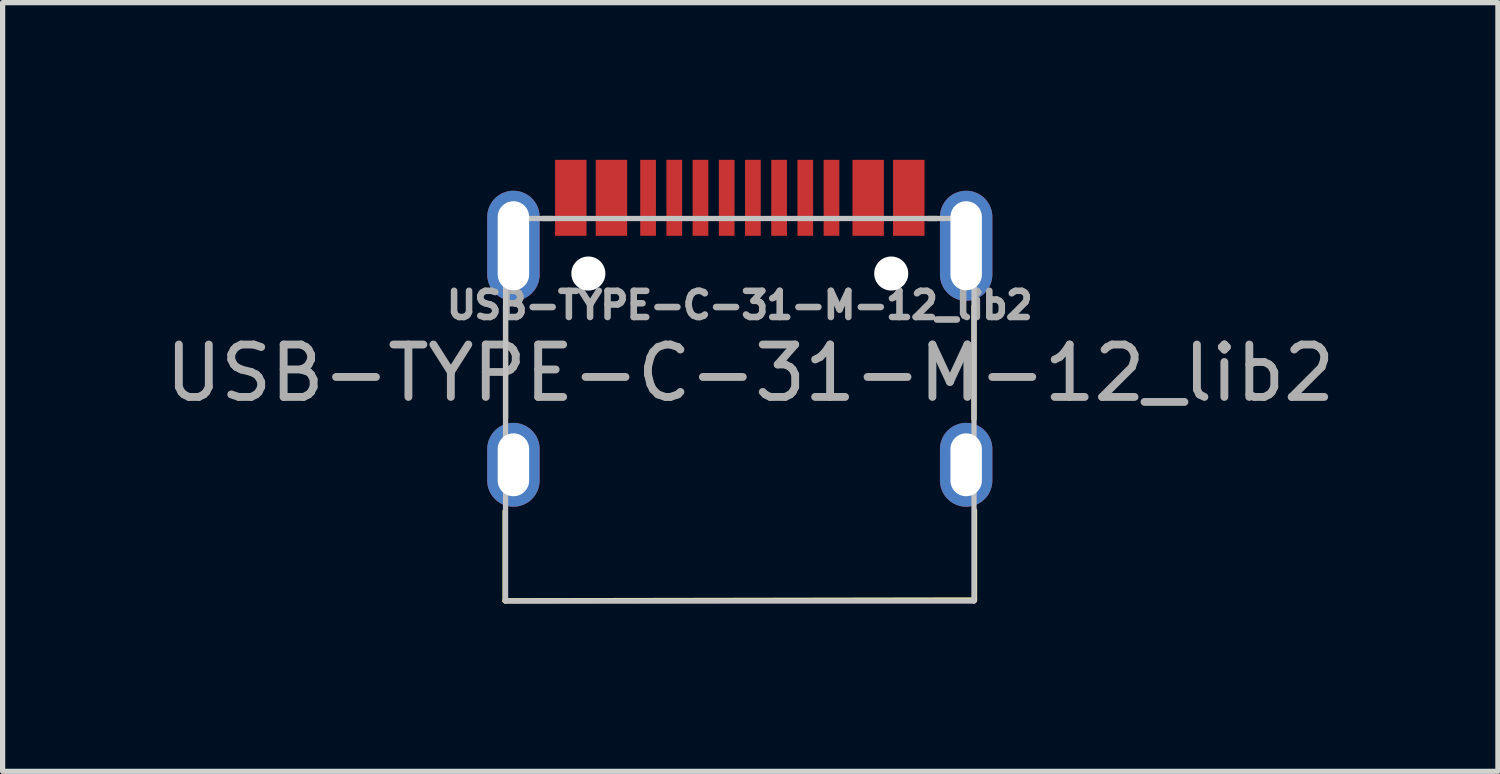
<source format=kicad_pcb>
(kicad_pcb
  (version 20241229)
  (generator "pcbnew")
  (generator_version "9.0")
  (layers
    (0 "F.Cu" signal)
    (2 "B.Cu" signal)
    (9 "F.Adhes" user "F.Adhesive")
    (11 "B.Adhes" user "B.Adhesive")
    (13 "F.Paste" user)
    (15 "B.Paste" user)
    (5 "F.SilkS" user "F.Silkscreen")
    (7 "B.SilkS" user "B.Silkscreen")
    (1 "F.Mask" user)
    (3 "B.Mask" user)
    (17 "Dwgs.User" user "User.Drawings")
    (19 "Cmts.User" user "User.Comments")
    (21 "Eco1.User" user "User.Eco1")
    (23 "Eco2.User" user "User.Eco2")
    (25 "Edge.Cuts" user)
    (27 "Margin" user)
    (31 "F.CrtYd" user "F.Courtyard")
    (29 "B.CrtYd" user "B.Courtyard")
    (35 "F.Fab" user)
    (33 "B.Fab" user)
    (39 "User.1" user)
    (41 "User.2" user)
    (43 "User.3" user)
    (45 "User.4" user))
  (footprint "USB-TYPE-C-31-M-12_lib2"
    (layer "F.Cu")
    (at 11.068 8.42)
    (property "Reference" "USB-TYPE-C-31-M-12_lib2" (at 0 -5.645 180) (layer "F.Fab") (effects (font (size 0.5 0.5) (thickness 0.125))))
    (attr smd)
    (fp_line (start -4.48 -0.005) (end -4.48 -1.715) (stroke (width 0.1) (type default)) (layer "F.SilkS"))
    (fp_line (start -4.48 -0.005) (end 4.48 -0.02) (stroke (width 0.1) (type default)) (layer "F.SilkS"))
    (fp_line (start -4.47 -3.49) (end -4.47 -5.64) (stroke (width 0.1) (type default)) (layer "F.SilkS"))
    (fp_line (start -3.76 -7.3) (end -3.58 -7.3) (stroke (width 0.1) (type default)) (layer "F.SilkS"))
    (fp_line (start 3.59 -7.3) (end 3.76 -7.3) (stroke (width 0.1) (type default)) (layer "F.SilkS"))
    (fp_line (start 4.47 -3.475) (end 4.47 -5.625) (stroke (width 0.1) (type default)) (layer "F.SilkS"))
    (fp_line (start 4.48 -0.02) (end 4.48 -1.73) (stroke (width 0.1) (type default)) (layer "F.SilkS"))
    (fp_line (start -4.47 -7.3) (end 4.47 -7.3) (stroke (width 0.1) (type solid)) (layer "Dwgs.User"))
    (fp_line (start -4.47 0) (end -4.47 -7.3) (stroke (width 0.1) (type solid)) (layer "Dwgs.User"))
    (fp_line (start -4.47 0) (end 4.47 0) (stroke (width 0.1) (type solid)) (layer "Dwgs.User"))
    (fp_line (start 4.47 0) (end 4.47 -7.3) (stroke (width 0.1) (type solid)) (layer "Dwgs.User"))
    (fp_text user "${REFERENCE}" (at 0.2 -4.35 180) (layer "F.Fab") (effects (font (size 1 1) (thickness 0.15))))
    (pad "" np_thru_hole circle (at -2.89 -6.25) (size 0.65 0.65) (drill 0.65) (layers "*.Cu" "*.Mask"))
    (pad "" np_thru_hole circle (at 2.89 -6.25) (size 0.65 0.65) (drill 0.65) (layers "*.Cu" "*.Mask"))
    (pad "1" smd rect (at -3.225 -7.695) (size 0.6 1.45) (layers "F.Cu" "F.Mask" "F.Paste"))
    (pad "2" smd rect (at -2.45 -7.695) (size 0.6 1.45) (layers "F.Cu" "F.Mask" "F.Paste"))
    (pad "3" smd rect (at -1.75 -7.695) (size 0.3 1.45) (layers "F.Cu" "F.Mask" "F.Paste"))
    (pad "4" smd rect (at -1.25 -7.695) (size 0.3 1.45) (layers "F.Cu" "F.Mask" "F.Paste"))
    (pad "5" smd rect (at -0.75 -7.695) (size 0.3 1.45) (layers "F.Cu" "F.Mask" "F.Paste"))
    (pad "6" smd rect (at -0.25 -7.695) (size 0.3 1.45) (layers "F.Cu" "F.Mask" "F.Paste"))
    (pad "7" smd rect (at 0.25 -7.695) (size 0.3 1.45) (layers "F.Cu" "F.Mask" "F.Paste"))
    (pad "8" smd rect (at 0.75 -7.695) (size 0.3 1.45) (layers "F.Cu" "F.Mask" "F.Paste"))
    (pad "9" smd rect (at 1.25 -7.695) (size 0.3 1.45) (layers "F.Cu" "F.Mask" "F.Paste"))
    (pad "10" smd rect (at 1.75 -7.695) (size 0.3 1.45) (layers "F.Cu" "F.Mask" "F.Paste"))
    (pad "11" smd rect (at 2.45 -7.695) (size 0.6 1.45) (layers "F.Cu" "F.Mask" "F.Paste"))
    (pad "12" smd rect (at 3.225 -7.695) (size 0.6 1.45) (layers "F.Cu" "F.Mask" "F.Paste"))
    (pad "13" thru_hole oval (at -4.32 -6.78) (size 1 2.1) (drill oval 0.6 1.7) (layers "*.Cu" "*.Mask"))
    (pad "13" thru_hole oval (at -4.32 -2.6) (size 1 1.6) (drill oval 0.6 1.2) (layers "*.Cu" "*.Mask"))
    (pad "13" thru_hole oval (at 4.32 -6.78) (size 1 2.1) (drill oval 0.6 1.7) (layers "*.Cu" "*.Mask"))
    (pad "13" thru_hole oval (at 4.32 -2.6) (size 1 1.6) (drill oval 0.6 1.2) (layers "*.Cu" "*.Mask")))
  (gr_rect
    (start -3 -3)
    (end 25.536 11.67)
    (stroke (width 0.1) (type default))
    (fill no)
    (layer "Edge.Cuts")))
</source>
